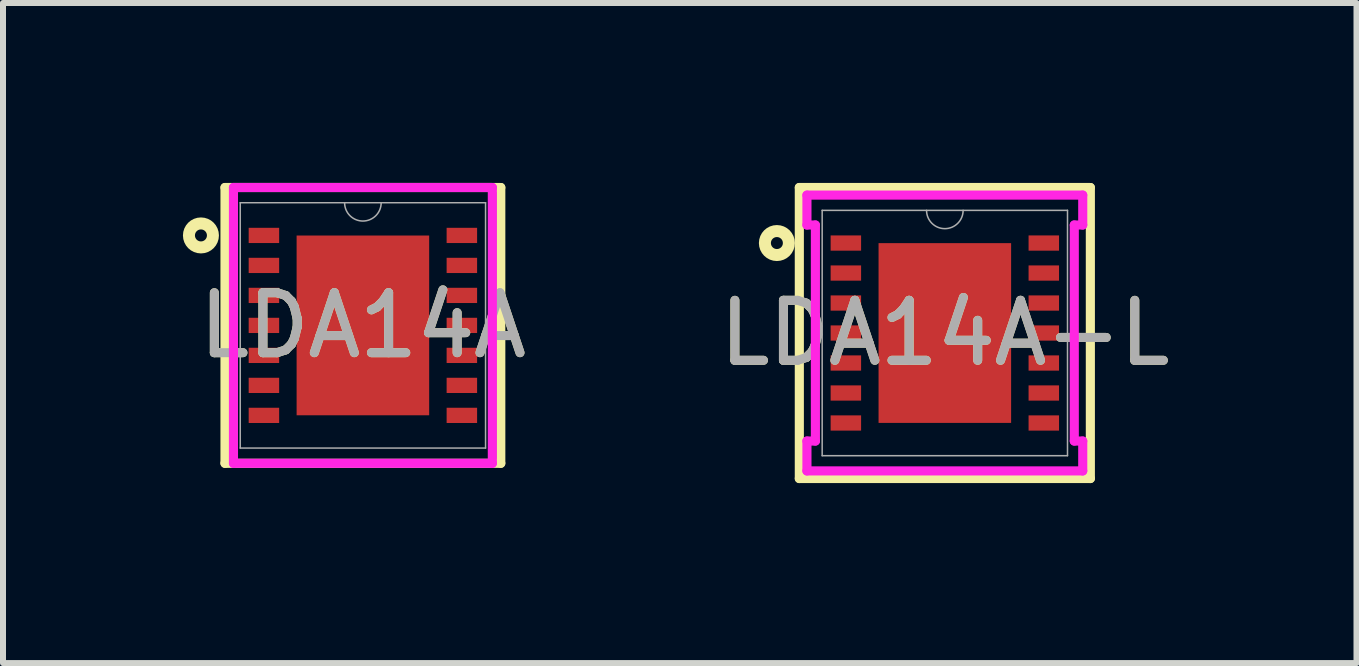
<source format=kicad_pcb>
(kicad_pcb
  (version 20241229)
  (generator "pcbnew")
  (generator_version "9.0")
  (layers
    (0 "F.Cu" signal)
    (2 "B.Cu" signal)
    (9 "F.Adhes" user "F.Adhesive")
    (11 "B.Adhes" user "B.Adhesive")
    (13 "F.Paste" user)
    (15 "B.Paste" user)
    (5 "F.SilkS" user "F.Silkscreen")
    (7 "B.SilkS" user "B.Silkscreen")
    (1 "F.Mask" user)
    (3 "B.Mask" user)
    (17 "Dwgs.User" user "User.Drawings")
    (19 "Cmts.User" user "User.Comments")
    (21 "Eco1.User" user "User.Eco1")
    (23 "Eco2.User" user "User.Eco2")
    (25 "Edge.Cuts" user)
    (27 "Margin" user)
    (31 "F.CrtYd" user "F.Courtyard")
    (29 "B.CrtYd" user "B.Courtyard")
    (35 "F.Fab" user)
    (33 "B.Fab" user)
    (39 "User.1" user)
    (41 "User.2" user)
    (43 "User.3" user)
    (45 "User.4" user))
  (footprint "LDA14A-L"
    (layer "F.Cu")
    (at 12.702 2.502)
    (property "Reference" "LDA14A-L" (at 0 0 0) (unlocked yes) (layer "F.SilkS") (effects (font (size 1 1) (thickness 0.15))))
    (attr smd)
    (fp_line (start -2.426 -2.426) (end -2.426 2.426) (stroke (width 0.152) (type solid)) (layer "F.SilkS"))
    (fp_line (start -2.426 2.426) (end 2.426 2.426) (stroke (width 0.152) (type solid)) (layer "F.SilkS"))
    (fp_line (start 2.426 -2.426) (end -2.426 -2.426) (stroke (width 0.152) (type solid)) (layer "F.SilkS"))
    (fp_line (start 2.426 2.426) (end 2.426 -2.426) (stroke (width 0.152) (type solid)) (layer "F.SilkS"))
    (fp_circle (center -2.8 -1.5) (end -2.6 -1.5) (stroke (width 0.2) (type default)) (fill no) (layer "F.SilkS"))
    (fp_poly (pts (xy -2.006 -1.627) (xy -2.006 -1.373) (xy -1.498 -1.373) (xy -1.498 -1.627)) (stroke (width 0) (type solid)) (fill yes) (layer "F.Paste"))
    (fp_poly (pts (xy -2.006 -1.127) (xy -2.006 -0.873) (xy -1.498 -0.873) (xy -1.498 -1.127)) (stroke (width 0) (type solid)) (fill yes) (layer "F.Paste"))
    (fp_poly (pts (xy -2.006 -0.627) (xy -2.006 -0.373) (xy -1.498 -0.373) (xy -1.498 -0.627)) (stroke (width 0) (type solid)) (fill yes) (layer "F.Paste"))
    (fp_poly (pts (xy -2.006 -0.127) (xy -2.006 0.127) (xy -1.498 0.127) (xy -1.498 -0.127)) (stroke (width 0) (type solid)) (fill yes) (layer "F.Paste"))
    (fp_poly (pts (xy -2.006 0.373) (xy -2.006 0.627) (xy -1.498 0.627) (xy -1.498 0.373)) (stroke (width 0) (type solid)) (fill yes) (layer "F.Paste"))
    (fp_poly (pts (xy -2.006 0.873) (xy -2.006 1.127) (xy -1.498 1.127) (xy -1.498 0.873)) (stroke (width 0) (type solid)) (fill yes) (layer "F.Paste"))
    (fp_poly (pts (xy -2.006 1.373) (xy -2.006 1.627) (xy -1.498 1.627) (xy -1.498 1.373)) (stroke (width 0) (type solid)) (fill yes) (layer "F.Paste"))
    (fp_poly (pts (xy -1.003 -1.395) (xy -1.003 -0.1) (xy 1.003 -0.1) (xy 1.003 -1.395)) (stroke (width 0) (type solid)) (fill yes) (layer "F.Paste"))
    (fp_poly (pts (xy -1.003 0.1) (xy -1.003 1.395) (xy 1.003 1.395) (xy 1.003 0.1)) (stroke (width 0) (type solid)) (fill yes) (layer "F.Paste"))
    (fp_poly (pts (xy 1.498 -1.627) (xy 1.498 -1.373) (xy 2.006 -1.373) (xy 2.006 -1.627)) (stroke (width 0) (type solid)) (fill yes) (layer "F.Paste"))
    (fp_poly (pts (xy 1.498 -1.127) (xy 1.498 -0.873) (xy 2.006 -0.873) (xy 2.006 -1.127)) (stroke (width 0) (type solid)) (fill yes) (layer "F.Paste"))
    (fp_poly (pts (xy 1.498 -0.627) (xy 1.498 -0.373) (xy 2.006 -0.373) (xy 2.006 -0.627)) (stroke (width 0) (type solid)) (fill yes) (layer "F.Paste"))
    (fp_poly (pts (xy 1.498 -0.127) (xy 1.498 0.127) (xy 2.006 0.127) (xy 2.006 -0.127)) (stroke (width 0) (type solid)) (fill yes) (layer "F.Paste"))
    (fp_poly (pts (xy 1.498 0.373) (xy 1.498 0.627) (xy 2.006 0.627) (xy 2.006 0.373)) (stroke (width 0) (type solid)) (fill yes) (layer "F.Paste"))
    (fp_poly (pts (xy 1.498 0.873) (xy 1.498 1.127) (xy 2.006 1.127) (xy 2.006 0.873)) (stroke (width 0) (type solid)) (fill yes) (layer "F.Paste"))
    (fp_poly (pts (xy 1.498 1.373) (xy 1.498 1.627) (xy 2.006 1.627) (xy 2.006 1.373)) (stroke (width 0) (type solid)) (fill yes) (layer "F.Paste"))
    (fp_line (start -2.299 -2.299) (end 2.299 -2.299) (stroke (width 0.152) (type solid)) (layer "F.CrtYd"))
    (fp_line (start -2.299 -1.801) (end -2.299 -2.299) (stroke (width 0.152) (type solid)) (layer "F.CrtYd"))
    (fp_line (start -2.299 2.299) (end -2.299 1.801) (stroke (width 0.152) (type solid)) (layer "F.CrtYd"))
    (fp_line (start -2.158 -1.801) (end -2.299 -1.801) (stroke (width 0.152) (type solid)) (layer "F.CrtYd"))
    (fp_line (start -2.158 1.801) (end -2.299 1.801) (stroke (width 0.152) (type solid)) (layer "F.CrtYd"))
    (fp_line (start -2.158 1.801) (end -2.158 -1.801) (stroke (width 0.152) (type solid)) (layer "F.CrtYd"))
    (fp_line (start 2.158 -1.801) (end 2.158 1.801) (stroke (width 0.152) (type solid)) (layer "F.CrtYd"))
    (fp_line (start 2.158 -1.801) (end 2.299 -1.801) (stroke (width 0.152) (type solid)) (layer "F.CrtYd"))
    (fp_line (start 2.158 1.801) (end 2.299 1.801) (stroke (width 0.152) (type solid)) (layer "F.CrtYd"))
    (fp_line (start 2.299 -2.299) (end 2.299 -1.801) (stroke (width 0.152) (type solid)) (layer "F.CrtYd"))
    (fp_line (start 2.299 1.801) (end 2.299 2.299) (stroke (width 0.152) (type solid)) (layer "F.CrtYd"))
    (fp_line (start 2.299 2.299) (end -2.299 2.299) (stroke (width 0.152) (type solid)) (layer "F.CrtYd"))
    (fp_line (start -2.045 -2.045) (end -2.045 2.045) (stroke (width 0.025) (type solid)) (layer "F.Fab"))
    (fp_line (start -2.045 2.045) (end 2.045 2.045) (stroke (width 0.025) (type solid)) (layer "F.Fab"))
    (fp_line (start 2.045 -2.045) (end -2.045 -2.045) (stroke (width 0.025) (type solid)) (layer "F.Fab"))
    (fp_line (start 2.045 2.045) (end 2.045 -2.045) (stroke (width 0.025) (type solid)) (layer "F.Fab"))
    (fp_arc (start 0.3048 -2.0447) (mid 0 -1.7399) (end -0.3048 -2.0447) (stroke (width 0.0254) (type solid)) (layer "F.Fab"))
    (fp_text user "${REFERENCE}" (at 0 0 0) (unlocked yes) (layer "F.Fab") (effects (font (size 1 1) (thickness 0.15))))
    (pad "1" smd rect (at -1.65 -1.5) (size 0.508 0.254) (layers "F.Cu" "F.Mask"))
    (pad "2" smd rect (at -1.65 -1) (size 0.508 0.254) (layers "F.Cu" "F.Mask"))
    (pad "3" smd rect (at -1.65 -0.5) (size 0.508 0.254) (layers "F.Cu" "F.Mask"))
    (pad "4" smd rect (at -1.65 0) (size 0.508 0.254) (layers "F.Cu" "F.Mask"))
    (pad "5" smd rect (at -1.65 0.5) (size 0.508 0.254) (layers "F.Cu" "F.Mask"))
    (pad "6" smd rect (at -1.65 1) (size 0.508 0.254) (layers "F.Cu" "F.Mask"))
    (pad "7" smd rect (at -1.65 1.5) (size 0.508 0.254) (layers "F.Cu" "F.Mask"))
    (pad "8" smd rect (at 1.65 1.5) (size 0.508 0.254) (layers "F.Cu" "F.Mask"))
    (pad "9" smd rect (at 1.65 1) (size 0.508 0.254) (layers "F.Cu" "F.Mask"))
    (pad "10" smd rect (at 1.65 0.5) (size 0.508 0.254) (layers "F.Cu" "F.Mask"))
    (pad "11" smd rect (at 1.65 0) (size 0.508 0.254) (layers "F.Cu" "F.Mask"))
    (pad "12" smd rect (at 1.65 -0.5) (size 0.508 0.254) (layers "F.Cu" "F.Mask"))
    (pad "13" smd rect (at 1.65 -1) (size 0.508 0.254) (layers "F.Cu" "F.Mask"))
    (pad "14" smd rect (at 1.65 -1.5) (size 0.508 0.254) (layers "F.Cu" "F.Mask"))
    (pad "15" smd rect (at 0 0) (size 2.21 2.997) (layers "F.Cu" "F.Mask")))
  (footprint "LDA14A"
    (layer "F.Cu")
    (at 3 2.375)
    (property "Reference" "LDA14A" (at 0 0 0) (unlocked yes) (layer "F.SilkS") (effects (font (size 1 1) (thickness 0.15))))
    (attr smd)
    (fp_line (start -2.299 -2.299) (end -2.299 2.299) (stroke (width 0.152) (type solid)) (layer "F.SilkS"))
    (fp_line (start -2.299 2.299) (end 2.299 2.299) (stroke (width 0.152) (type solid)) (layer "F.SilkS"))
    (fp_line (start 2.299 -2.299) (end -2.299 -2.299) (stroke (width 0.152) (type solid)) (layer "F.SilkS"))
    (fp_line (start 2.299 2.299) (end 2.299 -2.299) (stroke (width 0.152) (type solid)) (layer "F.SilkS"))
    (fp_circle (center -2.7 -1.5) (end -2.5 -1.5) (stroke (width 0.2) (type default)) (fill no) (layer "F.SilkS"))
    (fp_poly (pts (xy -2.006 -1.627) (xy -2.006 -1.373) (xy -1.498 -1.373) (xy -1.498 -1.627)) (stroke (width 0) (type solid)) (fill yes) (layer "F.Paste"))
    (fp_poly (pts (xy -2.006 -1.127) (xy -2.006 -0.873) (xy -1.498 -0.873) (xy -1.498 -1.127)) (stroke (width 0) (type solid)) (fill yes) (layer "F.Paste"))
    (fp_poly (pts (xy -2.006 -0.627) (xy -2.006 -0.373) (xy -1.498 -0.373) (xy -1.498 -0.627)) (stroke (width 0) (type solid)) (fill yes) (layer "F.Paste"))
    (fp_poly (pts (xy -2.006 -0.127) (xy -2.006 0.127) (xy -1.498 0.127) (xy -1.498 -0.127)) (stroke (width 0) (type solid)) (fill yes) (layer "F.Paste"))
    (fp_poly (pts (xy -2.006 0.373) (xy -2.006 0.627) (xy -1.498 0.627) (xy -1.498 0.373)) (stroke (width 0) (type solid)) (fill yes) (layer "F.Paste"))
    (fp_poly (pts (xy -2.006 0.873) (xy -2.006 1.127) (xy -1.498 1.127) (xy -1.498 0.873)) (stroke (width 0) (type solid)) (fill yes) (layer "F.Paste"))
    (fp_poly (pts (xy -2.006 1.373) (xy -2.006 1.627) (xy -1.498 1.627) (xy -1.498 1.373)) (stroke (width 0) (type solid)) (fill yes) (layer "F.Paste"))
    (fp_poly (pts (xy -1.003 -1.395) (xy -1.003 -0.1) (xy 1.003 -0.1) (xy 1.003 -1.395)) (stroke (width 0) (type solid)) (fill yes) (layer "F.Paste"))
    (fp_poly (pts (xy -1.003 0.1) (xy -1.003 1.395) (xy 1.003 1.395) (xy 1.003 0.1)) (stroke (width 0) (type solid)) (fill yes) (layer "F.Paste"))
    (fp_poly (pts (xy 1.498 -1.627) (xy 1.498 -1.373) (xy 2.006 -1.373) (xy 2.006 -1.627)) (stroke (width 0) (type solid)) (fill yes) (layer "F.Paste"))
    (fp_poly (pts (xy 1.498 -1.127) (xy 1.498 -0.873) (xy 2.006 -0.873) (xy 2.006 -1.127)) (stroke (width 0) (type solid)) (fill yes) (layer "F.Paste"))
    (fp_poly (pts (xy 1.498 -0.627) (xy 1.498 -0.373) (xy 2.006 -0.373) (xy 2.006 -0.627)) (stroke (width 0) (type solid)) (fill yes) (layer "F.Paste"))
    (fp_poly (pts (xy 1.498 -0.127) (xy 1.498 0.127) (xy 2.006 0.127) (xy 2.006 -0.127)) (stroke (width 0) (type solid)) (fill yes) (layer "F.Paste"))
    (fp_poly (pts (xy 1.498 0.373) (xy 1.498 0.627) (xy 2.006 0.627) (xy 2.006 0.373)) (stroke (width 0) (type solid)) (fill yes) (layer "F.Paste"))
    (fp_poly (pts (xy 1.498 0.873) (xy 1.498 1.127) (xy 2.006 1.127) (xy 2.006 0.873)) (stroke (width 0) (type solid)) (fill yes) (layer "F.Paste"))
    (fp_poly (pts (xy 1.498 1.373) (xy 1.498 1.627) (xy 2.006 1.627) (xy 2.006 1.373)) (stroke (width 0) (type solid)) (fill yes) (layer "F.Paste"))
    (fp_line (start -2.158 -2.299) (end 2.158 -2.299) (stroke (width 0.152) (type solid)) (layer "F.CrtYd"))
    (fp_line (start -2.158 2.299) (end -2.158 -2.299) (stroke (width 0.152) (type solid)) (layer "F.CrtYd"))
    (fp_line (start 2.158 -2.299) (end 2.158 2.299) (stroke (width 0.152) (type solid)) (layer "F.CrtYd"))
    (fp_line (start 2.158 2.299) (end -2.158 2.299) (stroke (width 0.152) (type solid)) (layer "F.CrtYd"))
    (fp_line (start -2.045 -2.045) (end -2.045 2.045) (stroke (width 0.025) (type solid)) (layer "F.Fab"))
    (fp_line (start -2.045 2.045) (end 2.045 2.045) (stroke (width 0.025) (type solid)) (layer "F.Fab"))
    (fp_line (start 2.045 -2.045) (end -2.045 -2.045) (stroke (width 0.025) (type solid)) (layer "F.Fab"))
    (fp_line (start 2.045 2.045) (end 2.045 -2.045) (stroke (width 0.025) (type solid)) (layer "F.Fab"))
    (fp_arc (start 0.3048 -2.0447) (mid 0 -1.7399) (end -0.3048 -2.0447) (stroke (width 0.0254) (type solid)) (layer "F.Fab"))
    (fp_text user "${REFERENCE}" (at 0 0 0) (unlocked yes) (layer "F.Fab") (effects (font (size 1 1) (thickness 0.15))))
    (pad "1" smd rect (at -1.65 -1.5) (size 0.508 0.254) (layers "F.Cu" "F.Mask"))
    (pad "2" smd rect (at -1.65 -1) (size 0.508 0.254) (layers "F.Cu" "F.Mask"))
    (pad "3" smd rect (at -1.65 -0.5) (size 0.508 0.254) (layers "F.Cu" "F.Mask"))
    (pad "4" smd rect (at -1.65 0) (size 0.508 0.254) (layers "F.Cu" "F.Mask"))
    (pad "5" smd rect (at -1.65 0.5) (size 0.508 0.254) (layers "F.Cu" "F.Mask"))
    (pad "6" smd rect (at -1.65 1) (size 0.508 0.254) (layers "F.Cu" "F.Mask"))
    (pad "7" smd rect (at -1.65 1.5) (size 0.508 0.254) (layers "F.Cu" "F.Mask"))
    (pad "8" smd rect (at 1.65 1.5) (size 0.508 0.254) (layers "F.Cu" "F.Mask"))
    (pad "9" smd rect (at 1.65 1) (size 0.508 0.254) (layers "F.Cu" "F.Mask"))
    (pad "10" smd rect (at 1.65 0.5) (size 0.508 0.254) (layers "F.Cu" "F.Mask"))
    (pad "11" smd rect (at 1.65 0) (size 0.508 0.254) (layers "F.Cu" "F.Mask"))
    (pad "12" smd rect (at 1.65 -0.5) (size 0.508 0.254) (layers "F.Cu" "F.Mask"))
    (pad "13" smd rect (at 1.65 -1) (size 0.508 0.254) (layers "F.Cu" "F.Mask"))
    (pad "14" smd rect (at 1.65 -1.5) (size 0.508 0.254) (layers "F.Cu" "F.Mask"))
    (pad "15" smd rect (at 0 0) (size 2.21 2.997) (layers "F.Cu" "F.Mask")))
  (gr_rect
    (start -3 -3)
    (end 19.565 8.004)
    (stroke (width 0.1) (type default))
    (fill no)
    (layer "Edge.Cuts")))
</source>
